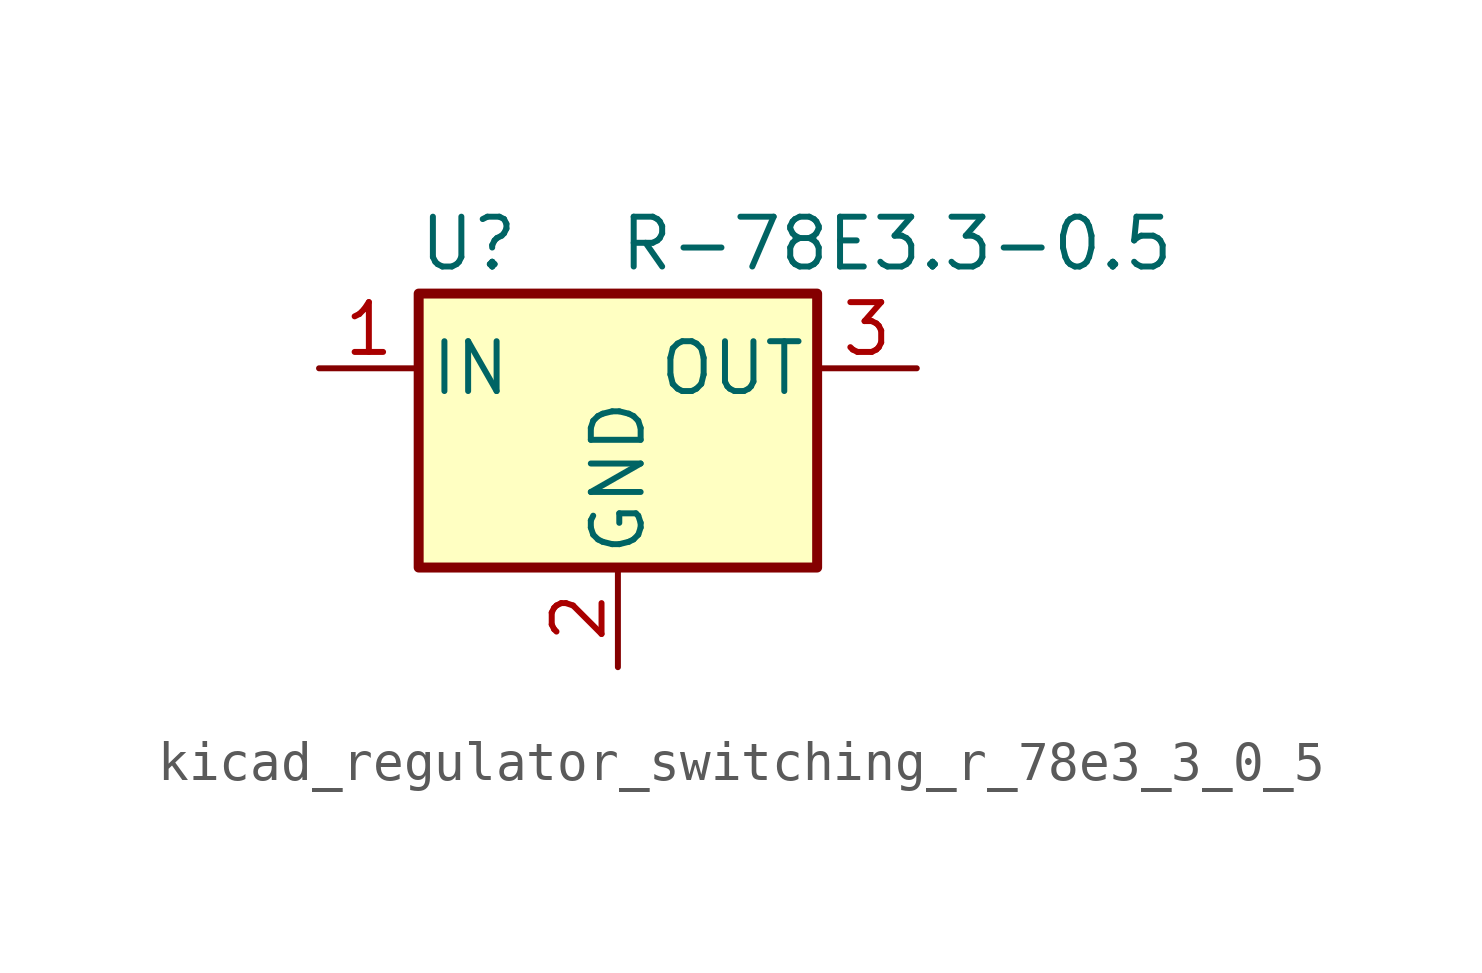
<source format=kicad_sym>
(kicad_symbol_lib
  (version 20220914)
  (generator kicad_symbol_editor)
  (symbol "kicad_regulator_switching_r_78e3_3_0_5"
    (pin_names
      (offset 0.254))
    (property "Reference" "U"
      (at -3.81 3.175 0)
      (effects (font (size 1.27 1.27))))
    (property "Value" "R-78E3.3-0.5"
      (at 0 3.175 0)
      (effects (font (size 1.27 1.27)) (justify left)))
    (symbol "kicad_regulator_switching_r_78e3_3_0_5_0_1"
      (rectangle (start -5.08 1.905) (end 5.08 -5.08) (stroke (width 0.254) (type default)) (fill (type background))))
    (symbol "kicad_regulator_switching_r_78e3_3_0_5_1_1"
      (pin power_in line (at -7.62 0 0) (length 2.54) (name "IN" (effects (font (size 1.27 1.27)))) (number "1" (effects (font (size 1.27 1.27)))))
      (pin power_in line (at 0 -7.62 90) (length 2.54) (name "GND" (effects (font (size 1.27 1.27)))) (number "2" (effects (font (size 1.27 1.27)))))
      (pin power_out line (at 7.62 0 180) (length 2.54) (name "OUT" (effects (font (size 1.27 1.27)))) (number "3" (effects (font (size 1.27 1.27))))))))
</source>
